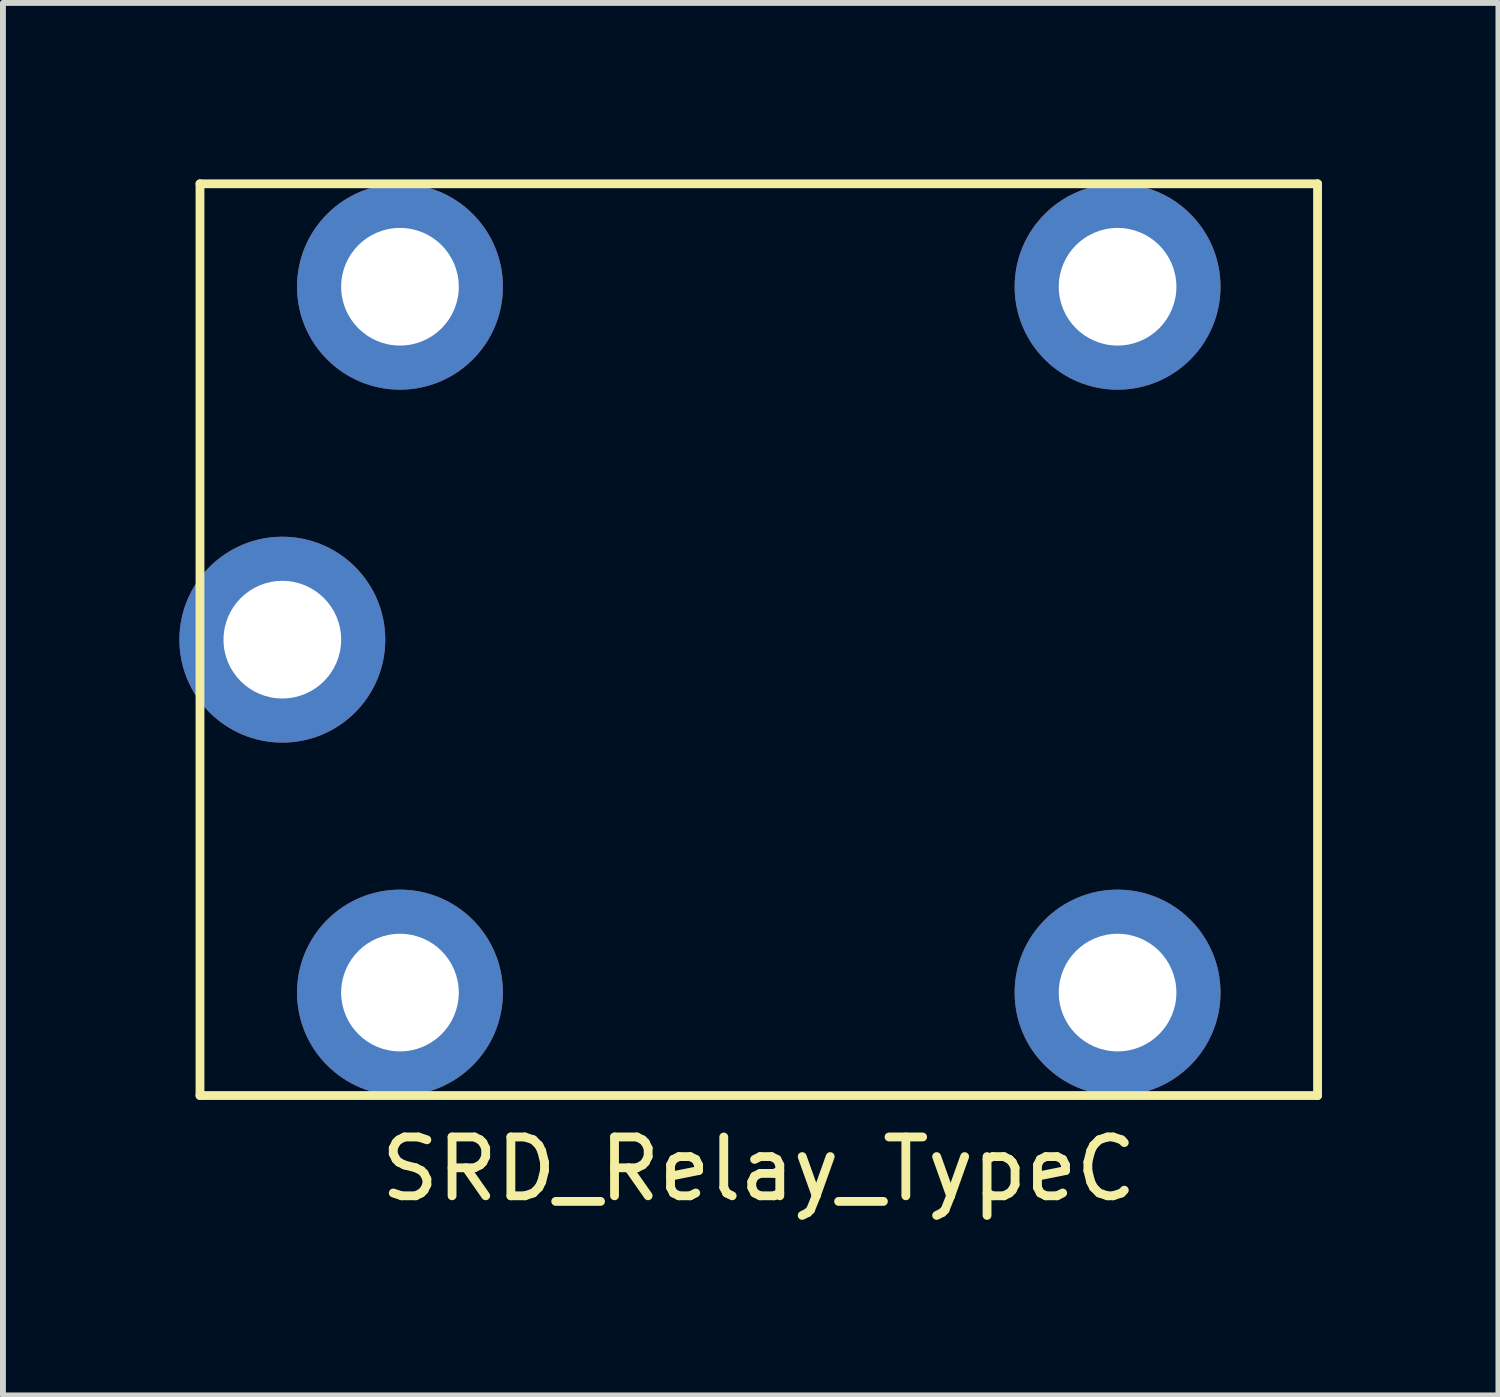
<source format=kicad_pcb>
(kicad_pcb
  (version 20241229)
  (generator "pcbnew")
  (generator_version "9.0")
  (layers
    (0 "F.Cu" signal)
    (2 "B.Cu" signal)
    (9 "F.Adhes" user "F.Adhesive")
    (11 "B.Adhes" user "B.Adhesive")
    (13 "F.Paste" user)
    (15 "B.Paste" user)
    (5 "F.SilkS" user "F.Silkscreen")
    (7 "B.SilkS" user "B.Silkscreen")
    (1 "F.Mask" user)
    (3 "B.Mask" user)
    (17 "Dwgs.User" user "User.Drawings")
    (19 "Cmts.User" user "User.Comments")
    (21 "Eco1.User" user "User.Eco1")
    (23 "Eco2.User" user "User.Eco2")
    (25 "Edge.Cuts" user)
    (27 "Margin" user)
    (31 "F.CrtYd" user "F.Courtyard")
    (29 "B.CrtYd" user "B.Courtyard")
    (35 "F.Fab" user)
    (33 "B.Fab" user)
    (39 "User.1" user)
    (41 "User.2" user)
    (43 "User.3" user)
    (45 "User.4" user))
  (footprint "SRD_Relay_TypeC"
    (layer "F.Cu")
    (at 9.85 7.825)
    (property "Reference" "SRD_Relay_TypeC" (at 0 9 0) (layer "F.SilkS") (effects (font (size 1 1) (thickness 0.15))))
    (attr through_hole)
    (fp_line (start -9.5 -7.75) (end 9.5 -7.75) (stroke (width 0.15) (type solid)) (layer "F.SilkS"))
    (fp_line (start -9.5 7.75) (end -9.5 -7.75) (stroke (width 0.15) (type solid)) (layer "F.SilkS"))
    (fp_line (start 9.5 -7.75) (end 9.5 7.75) (stroke (width 0.15) (type solid)) (layer "F.SilkS"))
    (fp_line (start 9.5 7.75) (end -9.5 7.75) (stroke (width 0.15) (type solid)) (layer "F.SilkS"))
    (pad "1" thru_hole circle (at -6.1 -6) (size 3.5 3.5) (drill 2) (layers "*.Cu" "*.Mask"))
    (pad "2" thru_hole circle (at -6.1 6) (size 3.5 3.5) (drill 2) (layers "*.Cu" "*.Mask"))
    (pad "3" thru_hole circle (at 6.1 -6) (size 3.5 3.5) (drill 2) (layers "*.Cu" "*.Mask"))
    (pad "4" thru_hole circle (at 6.1 6) (size 3.5 3.5) (drill 2) (layers "*.Cu" "*.Mask"))
    (pad "5" thru_hole circle (at -8.1 0) (size 3.5 3.5) (drill 2) (layers "*.Cu" "*.Mask")))
  (gr_rect
    (start -3 -3)
    (end 22.425 20.673)
    (stroke (width 0.1) (type default))
    (fill no)
    (layer "Edge.Cuts")))
</source>
